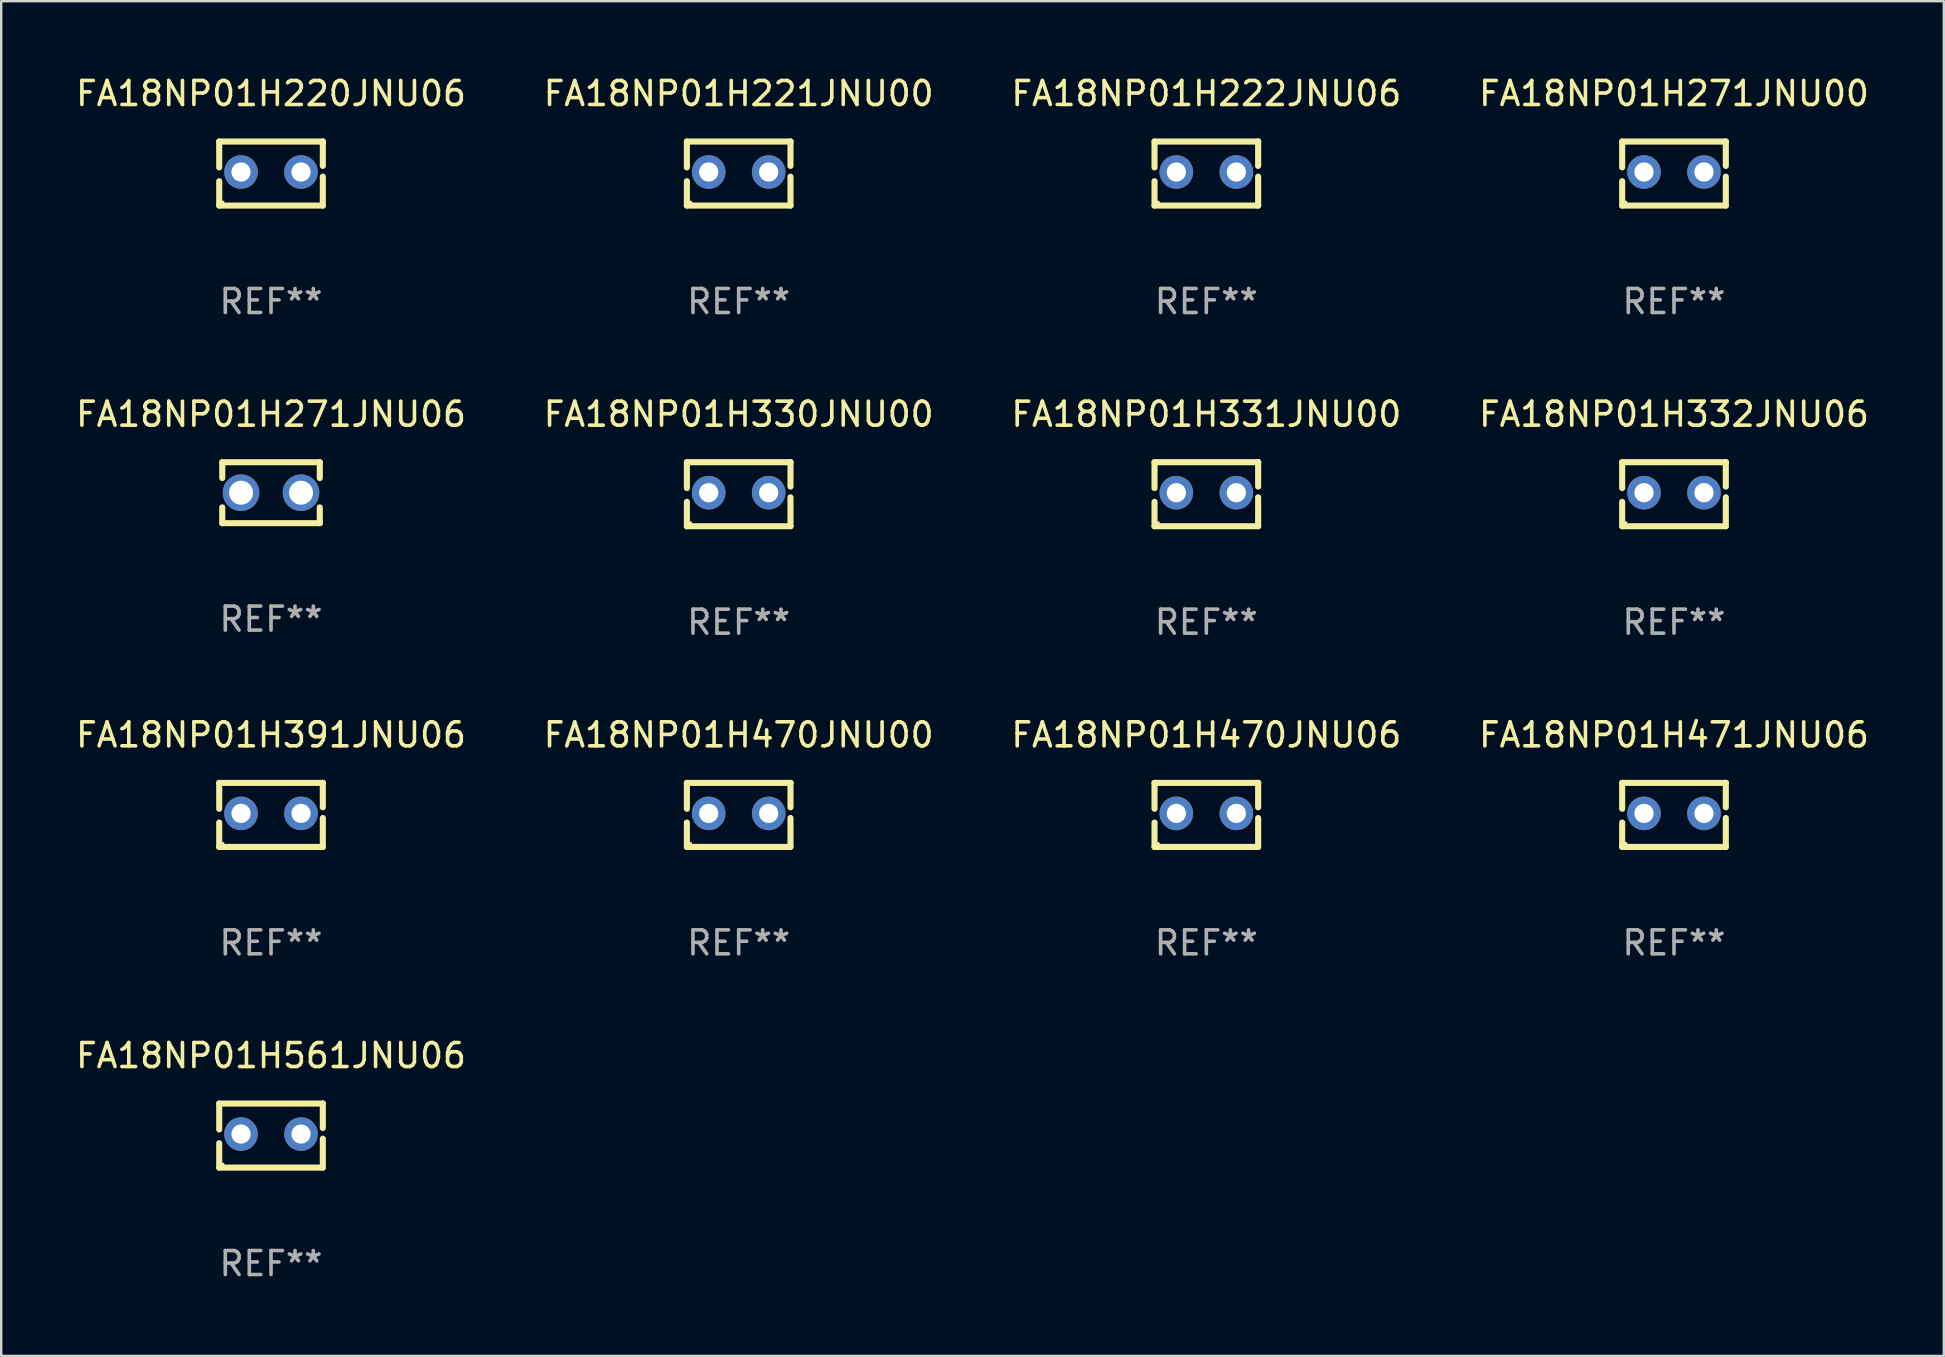
<source format=kicad_pcb>
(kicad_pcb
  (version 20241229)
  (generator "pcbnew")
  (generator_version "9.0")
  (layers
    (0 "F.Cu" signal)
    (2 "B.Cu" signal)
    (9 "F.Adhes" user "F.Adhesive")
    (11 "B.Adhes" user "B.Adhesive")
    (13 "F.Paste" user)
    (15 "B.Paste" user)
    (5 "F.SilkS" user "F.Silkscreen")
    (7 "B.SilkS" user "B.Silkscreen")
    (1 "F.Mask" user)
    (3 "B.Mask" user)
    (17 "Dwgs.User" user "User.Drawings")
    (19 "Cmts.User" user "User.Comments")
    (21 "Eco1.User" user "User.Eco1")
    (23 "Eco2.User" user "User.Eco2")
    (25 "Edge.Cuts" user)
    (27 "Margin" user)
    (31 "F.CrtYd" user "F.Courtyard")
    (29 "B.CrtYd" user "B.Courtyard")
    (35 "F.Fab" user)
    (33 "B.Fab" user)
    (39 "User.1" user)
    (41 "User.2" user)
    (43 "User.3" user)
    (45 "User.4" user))
  (footprint "FA18NP01H271JNU00"
    (layer "F.Cu")
    (at 66.708 4.182)
    (property "Reference" "FA18NP01H271JNU00" (at 0 -3.334 0) (layer "F.SilkS") (effects (font (size 1 1) (thickness 0.15))))
    (attr through_hole)
    (fp_line (start -2.159 -1.334) (end 2.159 -1.334) (stroke (width 0.254) (type solid)) (layer "F.SilkS"))
    (fp_line (start -2.159 -0.256) (end -2.159 -1.334) (stroke (width 0.254) (type solid)) (layer "F.SilkS"))
    (fp_line (start -2.159 1.334) (end -2.159 0.318) (stroke (width 0.254) (type solid)) (layer "F.SilkS"))
    (fp_line (start 2.159 -1.334) (end 2.159 -1.334) (stroke (width 0.254) (type solid)) (layer "F.SilkS"))
    (fp_line (start 2.159 -1.334) (end 2.159 -0.318) (stroke (width 0.254) (type solid)) (layer "F.SilkS"))
    (fp_line (start 2.159 0.129) (end 2.159 1.334) (stroke (width 0.254) (type solid)) (layer "F.SilkS"))
    (fp_line (start 2.159 1.334) (end -2.159 1.334) (stroke (width 0.254) (type solid)) (layer "F.SilkS"))
    (fp_circle (center -2 1.186) (end -1.97 1.186) (stroke (width 0.06) (type solid)) (fill no) (layer "F.SilkS"))
    (fp_text user "REF**" (at 0 5.334 0) (layer "F.Fab") (effects (font (size 1 1) (thickness 0.15))))
    (pad "1" thru_hole circle (at -1.25 -0.064) (size 1.4 1.4) (drill 0.8) (layers "*.Cu" "*.Mask"))
    (pad "2" thru_hole circle (at 1.25 -0.064) (size 1.4 1.4) (drill 0.8) (layers "*.Cu" "*.Mask")))
  (footprint "FA18NP01H271JNU06"
    (layer "F.Cu")
    (at 8.244 17.482)
    (property "Reference" "FA18NP01H271JNU06" (at 0 -3.27 0) (layer "F.SilkS") (effects (font (size 1 1) (thickness 0.15))))
    (attr through_hole)
    (fp_line (start -2.032 -1.27) (end -2.032 -0.611) (stroke (width 0.254) (type solid)) (layer "F.SilkS"))
    (fp_line (start -2.032 0.611) (end -2.032 1.27) (stroke (width 0.254) (type solid)) (layer "F.SilkS"))
    (fp_line (start -2.032 1.27) (end 2.032 1.27) (stroke (width 0.254) (type solid)) (layer "F.SilkS"))
    (fp_line (start 2.032 -1.27) (end -2.032 -1.27) (stroke (width 0.254) (type solid)) (layer "F.SilkS"))
    (fp_line (start 2.032 -0.611) (end 2.032 -1.27) (stroke (width 0.254) (type solid)) (layer "F.SilkS"))
    (fp_line (start 2.032 1.27) (end 2.032 0.611) (stroke (width 0.254) (type solid)) (layer "F.SilkS"))
    (fp_circle (center -2 1.25) (end -1.97 1.25) (stroke (width 0.06) (type solid)) (fill no) (layer "F.SilkS"))
    (fp_text user "REF**" (at 0 5.27 0) (layer "F.Fab") (effects (font (size 1 1) (thickness 0.15))))
    (pad "1" thru_hole circle (at -1.25 0) (size 1.524 1.524) (drill 1) (layers "*.Cu" "*.Mask"))
    (pad "2" thru_hole circle (at 1.25 0) (size 1.524 1.524) (drill 1) (layers "*.Cu" "*.Mask")))
  (footprint "FA18NP01H561JNU06"
    (layer "F.Cu")
    (at 8.244 44.272)
    (property "Reference" "FA18NP01H561JNU06" (at 0 -3.334 0) (layer "F.SilkS") (effects (font (size 1 1) (thickness 0.15))))
    (attr through_hole)
    (fp_line (start -2.159 -1.334) (end 2.159 -1.334) (stroke (width 0.254) (type solid)) (layer "F.SilkS"))
    (fp_line (start -2.159 -0.256) (end -2.159 -1.334) (stroke (width 0.254) (type solid)) (layer "F.SilkS"))
    (fp_line (start -2.159 1.334) (end -2.159 0.318) (stroke (width 0.254) (type solid)) (layer "F.SilkS"))
    (fp_line (start 2.159 -1.334) (end 2.159 -1.334) (stroke (width 0.254) (type solid)) (layer "F.SilkS"))
    (fp_line (start 2.159 -1.334) (end 2.159 -0.318) (stroke (width 0.254) (type solid)) (layer "F.SilkS"))
    (fp_line (start 2.159 0.129) (end 2.159 1.334) (stroke (width 0.254) (type solid)) (layer "F.SilkS"))
    (fp_line (start 2.159 1.334) (end -2.159 1.334) (stroke (width 0.254) (type solid)) (layer "F.SilkS"))
    (fp_circle (center -2 1.186) (end -1.97 1.186) (stroke (width 0.06) (type solid)) (fill no) (layer "F.SilkS"))
    (fp_text user "REF**" (at 0 5.334 0) (layer "F.Fab") (effects (font (size 1 1) (thickness 0.15))))
    (pad "1" thru_hole circle (at -1.25 -0.064) (size 1.4 1.4) (drill 0.8) (layers "*.Cu" "*.Mask"))
    (pad "2" thru_hole circle (at 1.25 -0.064) (size 1.4 1.4) (drill 0.8) (layers "*.Cu" "*.Mask")))
  (footprint "FA18NP01H471JNU06"
    (layer "F.Cu")
    (at 66.708 30.909)
    (property "Reference" "FA18NP01H471JNU06" (at 0 -3.334 0) (layer "F.SilkS") (effects (font (size 1 1) (thickness 0.15))))
    (attr through_hole)
    (fp_line (start -2.159 -1.334) (end 2.159 -1.334) (stroke (width 0.254) (type solid)) (layer "F.SilkS"))
    (fp_line (start -2.159 -0.256) (end -2.159 -1.334) (stroke (width 0.254) (type solid)) (layer "F.SilkS"))
    (fp_line (start -2.159 1.334) (end -2.159 0.318) (stroke (width 0.254) (type solid)) (layer "F.SilkS"))
    (fp_line (start 2.159 -1.334) (end 2.159 -1.334) (stroke (width 0.254) (type solid)) (layer "F.SilkS"))
    (fp_line (start 2.159 -1.334) (end 2.159 -0.318) (stroke (width 0.254) (type solid)) (layer "F.SilkS"))
    (fp_line (start 2.159 0.129) (end 2.159 1.334) (stroke (width 0.254) (type solid)) (layer "F.SilkS"))
    (fp_line (start 2.159 1.334) (end -2.159 1.334) (stroke (width 0.254) (type solid)) (layer "F.SilkS"))
    (fp_circle (center -2 1.186) (end -1.97 1.186) (stroke (width 0.06) (type solid)) (fill no) (layer "F.SilkS"))
    (fp_text user "REF**" (at 0 5.334 0) (layer "F.Fab") (effects (font (size 1 1) (thickness 0.15))))
    (pad "1" thru_hole circle (at -1.25 -0.064) (size 1.4 1.4) (drill 0.8) (layers "*.Cu" "*.Mask"))
    (pad "2" thru_hole circle (at 1.25 -0.064) (size 1.4 1.4) (drill 0.8) (layers "*.Cu" "*.Mask")))
  (footprint "FA18NP01H331JNU00"
    (layer "F.Cu")
    (at 47.22 17.545)
    (property "Reference" "FA18NP01H331JNU00" (at 0 -3.334 0) (layer "F.SilkS") (effects (font (size 1 1) (thickness 0.15))))
    (attr through_hole)
    (fp_line (start -2.159 -1.334) (end 2.159 -1.334) (stroke (width 0.254) (type solid)) (layer "F.SilkS"))
    (fp_line (start -2.159 -0.256) (end -2.159 -1.334) (stroke (width 0.254) (type solid)) (layer "F.SilkS"))
    (fp_line (start -2.159 1.334) (end -2.159 0.318) (stroke (width 0.254) (type solid)) (layer "F.SilkS"))
    (fp_line (start 2.159 -1.334) (end 2.159 -1.334) (stroke (width 0.254) (type solid)) (layer "F.SilkS"))
    (fp_line (start 2.159 -1.334) (end 2.159 -0.318) (stroke (width 0.254) (type solid)) (layer "F.SilkS"))
    (fp_line (start 2.159 0.129) (end 2.159 1.334) (stroke (width 0.254) (type solid)) (layer "F.SilkS"))
    (fp_line (start 2.159 1.334) (end -2.159 1.334) (stroke (width 0.254) (type solid)) (layer "F.SilkS"))
    (fp_circle (center -2 1.186) (end -1.97 1.186) (stroke (width 0.06) (type solid)) (fill no) (layer "F.SilkS"))
    (fp_text user "REF**" (at 0 5.334 0) (layer "F.Fab") (effects (font (size 1 1) (thickness 0.15))))
    (pad "1" thru_hole circle (at -1.25 -0.064) (size 1.4 1.4) (drill 0.8) (layers "*.Cu" "*.Mask"))
    (pad "2" thru_hole circle (at 1.25 -0.064) (size 1.4 1.4) (drill 0.8) (layers "*.Cu" "*.Mask")))
  (footprint "FA18NP01H221JNU00"
    (layer "F.Cu")
    (at 27.732 4.182)
    (property "Reference" "FA18NP01H221JNU00" (at 0 -3.334 0) (layer "F.SilkS") (effects (font (size 1 1) (thickness 0.15))))
    (attr through_hole)
    (fp_line (start -2.159 -1.334) (end 2.159 -1.334) (stroke (width 0.254) (type solid)) (layer "F.SilkS"))
    (fp_line (start -2.159 -0.256) (end -2.159 -1.334) (stroke (width 0.254) (type solid)) (layer "F.SilkS"))
    (fp_line (start -2.159 1.334) (end -2.159 0.318) (stroke (width 0.254) (type solid)) (layer "F.SilkS"))
    (fp_line (start 2.159 -1.334) (end 2.159 -1.334) (stroke (width 0.254) (type solid)) (layer "F.SilkS"))
    (fp_line (start 2.159 -1.334) (end 2.159 -0.318) (stroke (width 0.254) (type solid)) (layer "F.SilkS"))
    (fp_line (start 2.159 0.129) (end 2.159 1.334) (stroke (width 0.254) (type solid)) (layer "F.SilkS"))
    (fp_line (start 2.159 1.334) (end -2.159 1.334) (stroke (width 0.254) (type solid)) (layer "F.SilkS"))
    (fp_circle (center -2 1.186) (end -1.97 1.186) (stroke (width 0.06) (type solid)) (fill no) (layer "F.SilkS"))
    (fp_text user "REF**" (at 0 5.334 0) (layer "F.Fab") (effects (font (size 1 1) (thickness 0.15))))
    (pad "1" thru_hole circle (at -1.25 -0.064) (size 1.4 1.4) (drill 0.8) (layers "*.Cu" "*.Mask"))
    (pad "2" thru_hole circle (at 1.25 -0.064) (size 1.4 1.4) (drill 0.8) (layers "*.Cu" "*.Mask")))
  (footprint "FA18NP01H391JNU06"
    (layer "F.Cu")
    (at 8.244 30.909)
    (property "Reference" "FA18NP01H391JNU06" (at 0 -3.334 0) (layer "F.SilkS") (effects (font (size 1 1) (thickness 0.15))))
    (attr through_hole)
    (fp_line (start -2.159 -1.334) (end 2.159 -1.334) (stroke (width 0.254) (type solid)) (layer "F.SilkS"))
    (fp_line (start -2.159 -0.256) (end -2.159 -1.334) (stroke (width 0.254) (type solid)) (layer "F.SilkS"))
    (fp_line (start -2.159 1.334) (end -2.159 0.318) (stroke (width 0.254) (type solid)) (layer "F.SilkS"))
    (fp_line (start 2.159 -1.334) (end 2.159 -1.334) (stroke (width 0.254) (type solid)) (layer "F.SilkS"))
    (fp_line (start 2.159 -1.334) (end 2.159 -0.318) (stroke (width 0.254) (type solid)) (layer "F.SilkS"))
    (fp_line (start 2.159 0.129) (end 2.159 1.334) (stroke (width 0.254) (type solid)) (layer "F.SilkS"))
    (fp_line (start 2.159 1.334) (end -2.159 1.334) (stroke (width 0.254) (type solid)) (layer "F.SilkS"))
    (fp_circle (center -2 1.186) (end -1.97 1.186) (stroke (width 0.06) (type solid)) (fill no) (layer "F.SilkS"))
    (fp_text user "REF**" (at 0 5.334 0) (layer "F.Fab") (effects (font (size 1 1) (thickness 0.15))))
    (pad "1" thru_hole circle (at -1.25 -0.064) (size 1.4 1.4) (drill 0.8) (layers "*.Cu" "*.Mask"))
    (pad "2" thru_hole circle (at 1.25 -0.064) (size 1.4 1.4) (drill 0.8) (layers "*.Cu" "*.Mask")))
  (footprint "FA18NP01H220JNU06"
    (layer "F.Cu")
    (at 8.244 4.182)
    (property "Reference" "FA18NP01H220JNU06" (at 0 -3.334 0) (layer "F.SilkS") (effects (font (size 1 1) (thickness 0.15))))
    (attr through_hole)
    (fp_line (start -2.159 -1.334) (end 2.159 -1.334) (stroke (width 0.254) (type solid)) (layer "F.SilkS"))
    (fp_line (start -2.159 -0.256) (end -2.159 -1.334) (stroke (width 0.254) (type solid)) (layer "F.SilkS"))
    (fp_line (start -2.159 1.334) (end -2.159 0.318) (stroke (width 0.254) (type solid)) (layer "F.SilkS"))
    (fp_line (start 2.159 -1.334) (end 2.159 -1.334) (stroke (width 0.254) (type solid)) (layer "F.SilkS"))
    (fp_line (start 2.159 -1.334) (end 2.159 -0.318) (stroke (width 0.254) (type solid)) (layer "F.SilkS"))
    (fp_line (start 2.159 0.129) (end 2.159 1.334) (stroke (width 0.254) (type solid)) (layer "F.SilkS"))
    (fp_line (start 2.159 1.334) (end -2.159 1.334) (stroke (width 0.254) (type solid)) (layer "F.SilkS"))
    (fp_circle (center -2 1.186) (end -1.97 1.186) (stroke (width 0.06) (type solid)) (fill no) (layer "F.SilkS"))
    (fp_text user "REF**" (at 0 5.334 0) (layer "F.Fab") (effects (font (size 1 1) (thickness 0.15))))
    (pad "1" thru_hole circle (at -1.25 -0.064) (size 1.4 1.4) (drill 0.8) (layers "*.Cu" "*.Mask"))
    (pad "2" thru_hole circle (at 1.25 -0.064) (size 1.4 1.4) (drill 0.8) (layers "*.Cu" "*.Mask")))
  (footprint "FA18NP01H332JNU06"
    (layer "F.Cu")
    (at 66.708 17.545)
    (property "Reference" "FA18NP01H332JNU06" (at 0 -3.334 0) (layer "F.SilkS") (effects (font (size 1 1) (thickness 0.15))))
    (attr through_hole)
    (fp_line (start -2.159 -1.334) (end 2.159 -1.334) (stroke (width 0.254) (type solid)) (layer "F.SilkS"))
    (fp_line (start -2.159 -0.256) (end -2.159 -1.334) (stroke (width 0.254) (type solid)) (layer "F.SilkS"))
    (fp_line (start -2.159 1.334) (end -2.159 0.318) (stroke (width 0.254) (type solid)) (layer "F.SilkS"))
    (fp_line (start 2.159 -1.334) (end 2.159 -1.334) (stroke (width 0.254) (type solid)) (layer "F.SilkS"))
    (fp_line (start 2.159 -1.334) (end 2.159 -0.318) (stroke (width 0.254) (type solid)) (layer "F.SilkS"))
    (fp_line (start 2.159 0.129) (end 2.159 1.334) (stroke (width 0.254) (type solid)) (layer "F.SilkS"))
    (fp_line (start 2.159 1.334) (end -2.159 1.334) (stroke (width 0.254) (type solid)) (layer "F.SilkS"))
    (fp_circle (center -2 1.186) (end -1.97 1.186) (stroke (width 0.06) (type solid)) (fill no) (layer "F.SilkS"))
    (fp_text user "REF**" (at 0 5.334 0) (layer "F.Fab") (effects (font (size 1 1) (thickness 0.15))))
    (pad "1" thru_hole circle (at -1.25 -0.064) (size 1.4 1.4) (drill 0.8) (layers "*.Cu" "*.Mask"))
    (pad "2" thru_hole circle (at 1.25 -0.064) (size 1.4 1.4) (drill 0.8) (layers "*.Cu" "*.Mask")))
  (footprint "FA18NP01H470JNU00"
    (layer "F.Cu")
    (at 27.732 30.909)
    (property "Reference" "FA18NP01H470JNU00" (at 0 -3.334 0) (layer "F.SilkS") (effects (font (size 1 1) (thickness 0.15))))
    (attr through_hole)
    (fp_line (start -2.159 -1.334) (end 2.159 -1.334) (stroke (width 0.254) (type solid)) (layer "F.SilkS"))
    (fp_line (start -2.159 -0.256) (end -2.159 -1.334) (stroke (width 0.254) (type solid)) (layer "F.SilkS"))
    (fp_line (start -2.159 1.334) (end -2.159 0.318) (stroke (width 0.254) (type solid)) (layer "F.SilkS"))
    (fp_line (start 2.159 -1.334) (end 2.159 -1.334) (stroke (width 0.254) (type solid)) (layer "F.SilkS"))
    (fp_line (start 2.159 -1.334) (end 2.159 -0.318) (stroke (width 0.254) (type solid)) (layer "F.SilkS"))
    (fp_line (start 2.159 0.129) (end 2.159 1.334) (stroke (width 0.254) (type solid)) (layer "F.SilkS"))
    (fp_line (start 2.159 1.334) (end -2.159 1.334) (stroke (width 0.254) (type solid)) (layer "F.SilkS"))
    (fp_circle (center -2 1.186) (end -1.97 1.186) (stroke (width 0.06) (type solid)) (fill no) (layer "F.SilkS"))
    (fp_text user "REF**" (at 0 5.334 0) (layer "F.Fab") (effects (font (size 1 1) (thickness 0.15))))
    (pad "1" thru_hole circle (at -1.25 -0.064) (size 1.4 1.4) (drill 0.8) (layers "*.Cu" "*.Mask"))
    (pad "2" thru_hole circle (at 1.25 -0.064) (size 1.4 1.4) (drill 0.8) (layers "*.Cu" "*.Mask")))
  (footprint "FA18NP01H222JNU06"
    (layer "F.Cu")
    (at 47.22 4.182)
    (property "Reference" "FA18NP01H222JNU06" (at 0 -3.334 0) (layer "F.SilkS") (effects (font (size 1 1) (thickness 0.15))))
    (attr through_hole)
    (fp_line (start -2.159 -1.334) (end 2.159 -1.334) (stroke (width 0.254) (type solid)) (layer "F.SilkS"))
    (fp_line (start -2.159 -0.256) (end -2.159 -1.334) (stroke (width 0.254) (type solid)) (layer "F.SilkS"))
    (fp_line (start -2.159 1.334) (end -2.159 0.318) (stroke (width 0.254) (type solid)) (layer "F.SilkS"))
    (fp_line (start 2.159 -1.334) (end 2.159 -1.334) (stroke (width 0.254) (type solid)) (layer "F.SilkS"))
    (fp_line (start 2.159 -1.334) (end 2.159 -0.318) (stroke (width 0.254) (type solid)) (layer "F.SilkS"))
    (fp_line (start 2.159 0.129) (end 2.159 1.334) (stroke (width 0.254) (type solid)) (layer "F.SilkS"))
    (fp_line (start 2.159 1.334) (end -2.159 1.334) (stroke (width 0.254) (type solid)) (layer "F.SilkS"))
    (fp_circle (center -2 1.186) (end -1.97 1.186) (stroke (width 0.06) (type solid)) (fill no) (layer "F.SilkS"))
    (fp_text user "REF**" (at 0 5.334 0) (layer "F.Fab") (effects (font (size 1 1) (thickness 0.15))))
    (pad "1" thru_hole circle (at -1.25 -0.064) (size 1.4 1.4) (drill 0.8) (layers "*.Cu" "*.Mask"))
    (pad "2" thru_hole circle (at 1.25 -0.064) (size 1.4 1.4) (drill 0.8) (layers "*.Cu" "*.Mask")))
  (footprint "FA18NP01H470JNU06"
    (layer "F.Cu")
    (at 47.22 30.909)
    (property "Reference" "FA18NP01H470JNU06" (at 0 -3.334 0) (layer "F.SilkS") (effects (font (size 1 1) (thickness 0.15))))
    (attr through_hole)
    (fp_line (start -2.159 -1.334) (end 2.159 -1.334) (stroke (width 0.254) (type solid)) (layer "F.SilkS"))
    (fp_line (start -2.159 -0.256) (end -2.159 -1.334) (stroke (width 0.254) (type solid)) (layer "F.SilkS"))
    (fp_line (start -2.159 1.334) (end -2.159 0.318) (stroke (width 0.254) (type solid)) (layer "F.SilkS"))
    (fp_line (start 2.159 -1.334) (end 2.159 -1.334) (stroke (width 0.254) (type solid)) (layer "F.SilkS"))
    (fp_line (start 2.159 -1.334) (end 2.159 -0.318) (stroke (width 0.254) (type solid)) (layer "F.SilkS"))
    (fp_line (start 2.159 0.129) (end 2.159 1.334) (stroke (width 0.254) (type solid)) (layer "F.SilkS"))
    (fp_line (start 2.159 1.334) (end -2.159 1.334) (stroke (width 0.254) (type solid)) (layer "F.SilkS"))
    (fp_circle (center -2 1.186) (end -1.97 1.186) (stroke (width 0.06) (type solid)) (fill no) (layer "F.SilkS"))
    (fp_text user "REF**" (at 0 5.334 0) (layer "F.Fab") (effects (font (size 1 1) (thickness 0.15))))
    (pad "1" thru_hole circle (at -1.25 -0.064) (size 1.4 1.4) (drill 0.8) (layers "*.Cu" "*.Mask"))
    (pad "2" thru_hole circle (at 1.25 -0.064) (size 1.4 1.4) (drill 0.8) (layers "*.Cu" "*.Mask")))
  (footprint "FA18NP01H330JNU00"
    (layer "F.Cu")
    (at 27.732 17.545)
    (property "Reference" "FA18NP01H330JNU00" (at 0 -3.334 0) (layer "F.SilkS") (effects (font (size 1 1) (thickness 0.15))))
    (attr through_hole)
    (fp_line (start -2.159 -1.334) (end 2.159 -1.334) (stroke (width 0.254) (type solid)) (layer "F.SilkS"))
    (fp_line (start -2.159 -0.256) (end -2.159 -1.334) (stroke (width 0.254) (type solid)) (layer "F.SilkS"))
    (fp_line (start -2.159 1.334) (end -2.159 0.318) (stroke (width 0.254) (type solid)) (layer "F.SilkS"))
    (fp_line (start 2.159 -1.334) (end 2.159 -1.334) (stroke (width 0.254) (type solid)) (layer "F.SilkS"))
    (fp_line (start 2.159 -1.334) (end 2.159 -0.318) (stroke (width 0.254) (type solid)) (layer "F.SilkS"))
    (fp_line (start 2.159 0.129) (end 2.159 1.334) (stroke (width 0.254) (type solid)) (layer "F.SilkS"))
    (fp_line (start 2.159 1.334) (end -2.159 1.334) (stroke (width 0.254) (type solid)) (layer "F.SilkS"))
    (fp_circle (center -2 1.186) (end -1.97 1.186) (stroke (width 0.06) (type solid)) (fill no) (layer "F.SilkS"))
    (fp_text user "REF**" (at 0 5.334 0) (layer "F.Fab") (effects (font (size 1 1) (thickness 0.15))))
    (pad "1" thru_hole circle (at -1.25 -0.064) (size 1.4 1.4) (drill 0.8) (layers "*.Cu" "*.Mask"))
    (pad "2" thru_hole circle (at 1.25 -0.064) (size 1.4 1.4) (drill 0.8) (layers "*.Cu" "*.Mask")))
  (gr_rect
    (start -3 -3)
    (end 77.952 53.454)
    (stroke (width 0.1) (type default))
    (fill no)
    (layer "Edge.Cuts")))
</source>
